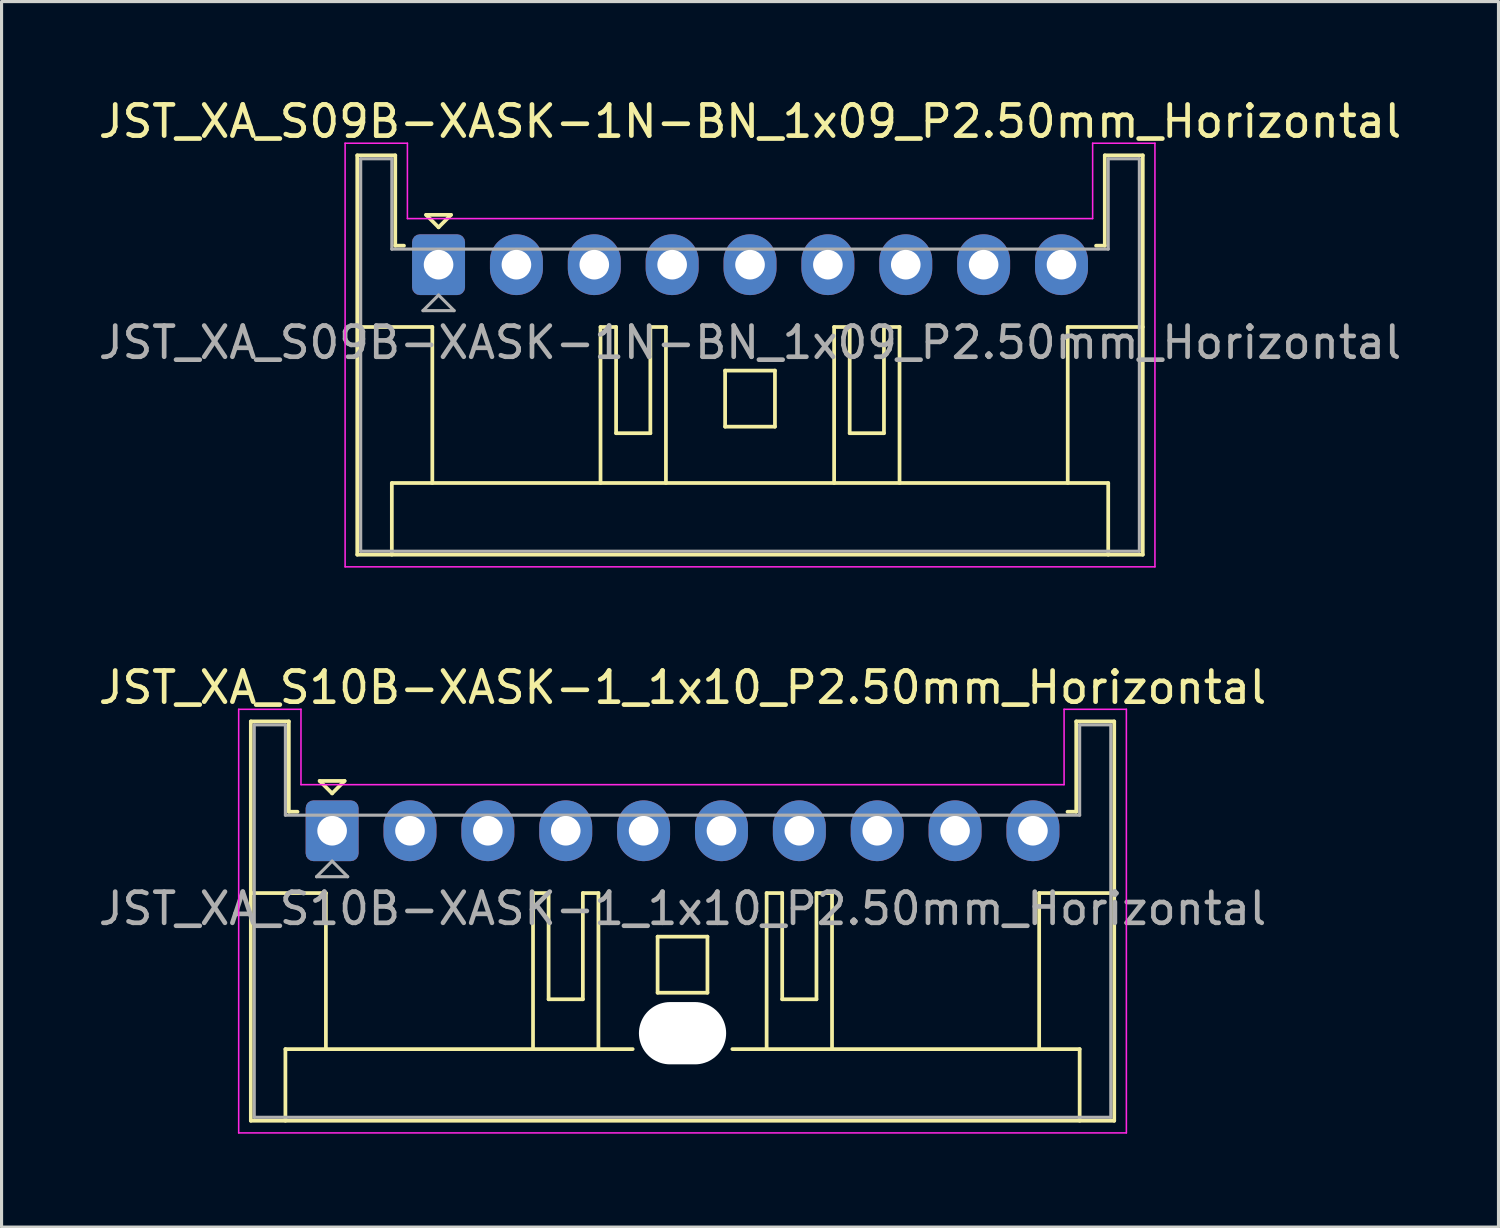
<source format=kicad_pcb>
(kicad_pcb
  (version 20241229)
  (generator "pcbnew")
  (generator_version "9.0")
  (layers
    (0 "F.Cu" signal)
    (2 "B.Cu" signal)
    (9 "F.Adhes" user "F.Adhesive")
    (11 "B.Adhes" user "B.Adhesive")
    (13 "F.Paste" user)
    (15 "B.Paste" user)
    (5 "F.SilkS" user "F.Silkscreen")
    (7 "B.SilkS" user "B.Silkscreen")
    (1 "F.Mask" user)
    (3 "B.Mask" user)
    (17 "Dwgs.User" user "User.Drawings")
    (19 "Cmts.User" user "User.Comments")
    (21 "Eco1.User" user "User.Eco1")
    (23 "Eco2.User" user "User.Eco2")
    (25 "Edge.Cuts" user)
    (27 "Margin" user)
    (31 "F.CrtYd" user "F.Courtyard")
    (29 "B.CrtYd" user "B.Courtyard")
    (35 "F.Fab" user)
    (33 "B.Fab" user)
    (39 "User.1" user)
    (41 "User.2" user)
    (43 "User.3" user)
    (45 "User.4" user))
  (footprint "JST_XA_S09B-XASK-1N-BN_1x09_P2.50mm_Horizontal"
    (layer "F.Cu")
    (at 11.03 5.448)
    (property "Reference" "JST_XA_S09B-XASK-1N-BN_1x09_P2.50mm_Horizontal" (at 10 -4.6 0) (layer "F.SilkS") (effects (font (size 1 1) (thickness 0.15))))
    (attr through_hole)
    (fp_line (start -2.61 -3.51) (end -2.61 9.31) (stroke (width 0.12) (type solid)) (layer "F.SilkS"))
    (fp_line (start -2.61 9.31) (end 22.61 9.31) (stroke (width 0.12) (type solid)) (layer "F.SilkS"))
    (fp_line (start -1.5 7.01) (end 21.5 7.01) (stroke (width 0.12) (type solid)) (layer "F.SilkS"))
    (fp_line (start -1.5 9.31) (end -1.5 7.01) (stroke (width 0.12) (type solid)) (layer "F.SilkS"))
    (fp_line (start -1.39 -3.51) (end -2.61 -3.51) (stroke (width 0.12) (type solid)) (layer "F.SilkS"))
    (fp_line (start -1.39 -0.61) (end -1.39 -3.51) (stroke (width 0.12) (type solid)) (layer "F.SilkS"))
    (fp_line (start -1.11 -0.61) (end -1.39 -0.61) (stroke (width 0.12) (type solid)) (layer "F.SilkS"))
    (fp_line (start -0.4 -1.6) (end 0.4 -1.6) (stroke (width 0.12) (type solid)) (layer "F.SilkS"))
    (fp_line (start -0.2 2) (end -2.61 2) (stroke (width 0.12) (type solid)) (layer "F.SilkS"))
    (fp_line (start -0.2 7.01) (end -0.2 2) (stroke (width 0.12) (type solid)) (layer "F.SilkS"))
    (fp_line (start 0 -1.2) (end -0.4 -1.6) (stroke (width 0.12) (type solid)) (layer "F.SilkS"))
    (fp_line (start 0.4 -1.6) (end 0 -1.2) (stroke (width 0.12) (type solid)) (layer "F.SilkS"))
    (fp_line (start 5.2 2) (end 5.2 7.01) (stroke (width 0.12) (type solid)) (layer "F.SilkS"))
    (fp_line (start 5.7 2) (end 5.2 2) (stroke (width 0.12) (type solid)) (layer "F.SilkS"))
    (fp_line (start 5.7 5.41) (end 5.7 2) (stroke (width 0.12) (type solid)) (layer "F.SilkS"))
    (fp_line (start 6.8 2) (end 6.8 5.41) (stroke (width 0.12) (type solid)) (layer "F.SilkS"))
    (fp_line (start 6.8 5.41) (end 5.7 5.41) (stroke (width 0.12) (type solid)) (layer "F.SilkS"))
    (fp_line (start 7.3 2) (end 6.8 2) (stroke (width 0.12) (type solid)) (layer "F.SilkS"))
    (fp_line (start 7.3 7.01) (end 7.3 2) (stroke (width 0.12) (type solid)) (layer "F.SilkS"))
    (fp_line (start 9.2 3.4) (end 10.8 3.4) (stroke (width 0.12) (type solid)) (layer "F.SilkS"))
    (fp_line (start 9.2 5.2) (end 9.2 3.4) (stroke (width 0.12) (type solid)) (layer "F.SilkS"))
    (fp_line (start 10.8 3.4) (end 10.8 5.2) (stroke (width 0.12) (type solid)) (layer "F.SilkS"))
    (fp_line (start 10.8 5.2) (end 9.2 5.2) (stroke (width 0.12) (type solid)) (layer "F.SilkS"))
    (fp_line (start 12.7 2) (end 13.2 2) (stroke (width 0.12) (type solid)) (layer "F.SilkS"))
    (fp_line (start 12.7 7.01) (end 12.7 2) (stroke (width 0.12) (type solid)) (layer "F.SilkS"))
    (fp_line (start 13.2 2) (end 13.2 5.41) (stroke (width 0.12) (type solid)) (layer "F.SilkS"))
    (fp_line (start 13.2 5.41) (end 14.3 5.41) (stroke (width 0.12) (type solid)) (layer "F.SilkS"))
    (fp_line (start 14.3 2) (end 14.8 2) (stroke (width 0.12) (type solid)) (layer "F.SilkS"))
    (fp_line (start 14.3 5.41) (end 14.3 2) (stroke (width 0.12) (type solid)) (layer "F.SilkS"))
    (fp_line (start 14.8 2) (end 14.8 7.01) (stroke (width 0.12) (type solid)) (layer "F.SilkS"))
    (fp_line (start 20.2 2) (end 22.61 2) (stroke (width 0.12) (type solid)) (layer "F.SilkS"))
    (fp_line (start 20.2 7.01) (end 20.2 2) (stroke (width 0.12) (type solid)) (layer "F.SilkS"))
    (fp_line (start 21.39 -3.51) (end 21.39 -0.61) (stroke (width 0.12) (type solid)) (layer "F.SilkS"))
    (fp_line (start 21.39 -0.61) (end 21.11 -0.61) (stroke (width 0.12) (type solid)) (layer "F.SilkS"))
    (fp_line (start 21.5 7.01) (end 21.5 9.31) (stroke (width 0.12) (type solid)) (layer "F.SilkS"))
    (fp_line (start 22.61 -3.51) (end 21.39 -3.51) (stroke (width 0.12) (type solid)) (layer "F.SilkS"))
    (fp_line (start 22.61 9.31) (end 22.61 -3.51) (stroke (width 0.12) (type solid)) (layer "F.SilkS"))
    (fp_line (start -3 -3.9) (end -1 -3.9) (stroke (width 0.05) (type solid)) (layer "F.CrtYd"))
    (fp_line (start -3 9.7) (end -3 -3.9) (stroke (width 0.05) (type solid)) (layer "F.CrtYd"))
    (fp_line (start -1 -3.9) (end -1 -1.48) (stroke (width 0.05) (type solid)) (layer "F.CrtYd"))
    (fp_line (start -1 -1.48) (end 21 -1.48) (stroke (width 0.05) (type solid)) (layer "F.CrtYd"))
    (fp_line (start 21 -3.9) (end 23 -3.9) (stroke (width 0.05) (type solid)) (layer "F.CrtYd"))
    (fp_line (start 21 -1.48) (end 21 -3.9) (stroke (width 0.05) (type solid)) (layer "F.CrtYd"))
    (fp_line (start 23 -3.9) (end 23 9.7) (stroke (width 0.05) (type solid)) (layer "F.CrtYd"))
    (fp_line (start 23 9.7) (end -3 9.7) (stroke (width 0.05) (type solid)) (layer "F.CrtYd"))
    (fp_line (start -2.5 -3.4) (end -2.5 9.2) (stroke (width 0.1) (type solid)) (layer "F.Fab"))
    (fp_line (start -2.5 9.2) (end 22.5 9.2) (stroke (width 0.1) (type solid)) (layer "F.Fab"))
    (fp_line (start -1.5 -3.4) (end -2.5 -3.4) (stroke (width 0.1) (type solid)) (layer "F.Fab"))
    (fp_line (start -1.5 -0.5) (end -1.5 -3.4) (stroke (width 0.1) (type solid)) (layer "F.Fab"))
    (fp_line (start -0.5 1.475) (end 0.5 1.475) (stroke (width 0.1) (type solid)) (layer "F.Fab"))
    (fp_line (start 0 0.975) (end -0.5 1.475) (stroke (width 0.1) (type solid)) (layer "F.Fab"))
    (fp_line (start 0.5 1.475) (end 0 0.975) (stroke (width 0.1) (type solid)) (layer "F.Fab"))
    (fp_line (start 21.5 -3.4) (end 21.5 -0.5) (stroke (width 0.1) (type solid)) (layer "F.Fab"))
    (fp_line (start 21.5 -0.5) (end -1.5 -0.5) (stroke (width 0.1) (type solid)) (layer "F.Fab"))
    (fp_line (start 22.5 -3.4) (end 21.5 -3.4) (stroke (width 0.1) (type solid)) (layer "F.Fab"))
    (fp_line (start 22.5 9.2) (end 22.5 -3.4) (stroke (width 0.1) (type solid)) (layer "F.Fab"))
    (fp_text user "${REFERENCE}" (at 10 2.5 0) (layer "F.Fab") (effects (font (size 1 1) (thickness 0.15))))
    (pad "1" thru_hole roundrect (at 0 0) (size 1.7 1.95) (drill 0.95) (layers "*.Cu" "*.Mask") (roundrect_rratio 0.147))
    (pad "2" thru_hole oval (at 2.5 0) (size 1.7 1.95) (drill 0.95) (layers "*.Cu" "*.Mask"))
    (pad "3" thru_hole oval (at 5 0) (size 1.7 1.95) (drill 0.95) (layers "*.Cu" "*.Mask"))
    (pad "4" thru_hole oval (at 7.5 0) (size 1.7 1.95) (drill 0.95) (layers "*.Cu" "*.Mask"))
    (pad "5" thru_hole oval (at 10 0) (size 1.7 1.95) (drill 0.95) (layers "*.Cu" "*.Mask"))
    (pad "6" thru_hole oval (at 12.5 0) (size 1.7 1.95) (drill 0.95) (layers "*.Cu" "*.Mask"))
    (pad "7" thru_hole oval (at 15 0) (size 1.7 1.95) (drill 0.95) (layers "*.Cu" "*.Mask"))
    (pad "8" thru_hole oval (at 17.5 0) (size 1.7 1.95) (drill 0.95) (layers "*.Cu" "*.Mask"))
    (pad "9" thru_hole oval (at 20 0) (size 1.7 1.95) (drill 0.95) (layers "*.Cu" "*.Mask")))
  (footprint "JST_XA_S10B-XASK-1_1x10_P2.50mm_Horizontal"
    (layer "F.Cu")
    (at 7.613 23.622)
    (property "Reference" "JST_XA_S10B-XASK-1_1x10_P2.50mm_Horizontal" (at 11.25 -4.6 0) (layer "F.SilkS") (effects (font (size 1 1) (thickness 0.15))))
    (attr through_hole)
    (fp_line (start -2.61 -3.51) (end -2.61 9.31) (stroke (width 0.12) (type solid)) (layer "F.SilkS"))
    (fp_line (start -2.61 9.31) (end 25.11 9.31) (stroke (width 0.12) (type solid)) (layer "F.SilkS"))
    (fp_line (start -1.5 7.01) (end 9.65 7.01) (stroke (width 0.12) (type solid)) (layer "F.SilkS"))
    (fp_line (start -1.5 9.31) (end -1.5 7.01) (stroke (width 0.12) (type solid)) (layer "F.SilkS"))
    (fp_line (start -1.39 -3.51) (end -2.61 -3.51) (stroke (width 0.12) (type solid)) (layer "F.SilkS"))
    (fp_line (start -1.39 -0.61) (end -1.39 -3.51) (stroke (width 0.12) (type solid)) (layer "F.SilkS"))
    (fp_line (start -1.11 -0.61) (end -1.39 -0.61) (stroke (width 0.12) (type solid)) (layer "F.SilkS"))
    (fp_line (start -0.4 -1.6) (end 0.4 -1.6) (stroke (width 0.12) (type solid)) (layer "F.SilkS"))
    (fp_line (start -0.2 2) (end -2.61 2) (stroke (width 0.12) (type solid)) (layer "F.SilkS"))
    (fp_line (start -0.2 7.01) (end -0.2 2) (stroke (width 0.12) (type solid)) (layer "F.SilkS"))
    (fp_line (start 0 -1.2) (end -0.4 -1.6) (stroke (width 0.12) (type solid)) (layer "F.SilkS"))
    (fp_line (start 0.4 -1.6) (end 0 -1.2) (stroke (width 0.12) (type solid)) (layer "F.SilkS"))
    (fp_line (start 6.45 2) (end 6.45 7.01) (stroke (width 0.12) (type solid)) (layer "F.SilkS"))
    (fp_line (start 6.95 2) (end 6.45 2) (stroke (width 0.12) (type solid)) (layer "F.SilkS"))
    (fp_line (start 6.95 5.41) (end 6.95 2) (stroke (width 0.12) (type solid)) (layer "F.SilkS"))
    (fp_line (start 8.05 2) (end 8.05 5.41) (stroke (width 0.12) (type solid)) (layer "F.SilkS"))
    (fp_line (start 8.05 5.41) (end 6.95 5.41) (stroke (width 0.12) (type solid)) (layer "F.SilkS"))
    (fp_line (start 8.55 2) (end 8.05 2) (stroke (width 0.12) (type solid)) (layer "F.SilkS"))
    (fp_line (start 8.55 7.01) (end 8.55 2) (stroke (width 0.12) (type solid)) (layer "F.SilkS"))
    (fp_line (start 10.45 3.4) (end 12.05 3.4) (stroke (width 0.12) (type solid)) (layer "F.SilkS"))
    (fp_line (start 10.45 5.2) (end 10.45 3.4) (stroke (width 0.12) (type solid)) (layer "F.SilkS"))
    (fp_line (start 12.05 3.4) (end 12.05 5.2) (stroke (width 0.12) (type solid)) (layer "F.SilkS"))
    (fp_line (start 12.05 5.2) (end 10.45 5.2) (stroke (width 0.12) (type solid)) (layer "F.SilkS"))
    (fp_line (start 12.85 7.01) (end 24 7.01) (stroke (width 0.12) (type solid)) (layer "F.SilkS"))
    (fp_line (start 13.95 2) (end 14.45 2) (stroke (width 0.12) (type solid)) (layer "F.SilkS"))
    (fp_line (start 13.95 7.01) (end 13.95 2) (stroke (width 0.12) (type solid)) (layer "F.SilkS"))
    (fp_line (start 14.45 2) (end 14.45 5.41) (stroke (width 0.12) (type solid)) (layer "F.SilkS"))
    (fp_line (start 14.45 5.41) (end 15.55 5.41) (stroke (width 0.12) (type solid)) (layer "F.SilkS"))
    (fp_line (start 15.55 2) (end 16.05 2) (stroke (width 0.12) (type solid)) (layer "F.SilkS"))
    (fp_line (start 15.55 5.41) (end 15.55 2) (stroke (width 0.12) (type solid)) (layer "F.SilkS"))
    (fp_line (start 16.05 2) (end 16.05 7.01) (stroke (width 0.12) (type solid)) (layer "F.SilkS"))
    (fp_line (start 22.7 2) (end 25.11 2) (stroke (width 0.12) (type solid)) (layer "F.SilkS"))
    (fp_line (start 22.7 7.01) (end 22.7 2) (stroke (width 0.12) (type solid)) (layer "F.SilkS"))
    (fp_line (start 23.89 -3.51) (end 23.89 -0.61) (stroke (width 0.12) (type solid)) (layer "F.SilkS"))
    (fp_line (start 23.89 -0.61) (end 23.61 -0.61) (stroke (width 0.12) (type solid)) (layer "F.SilkS"))
    (fp_line (start 24 7.01) (end 24 9.31) (stroke (width 0.12) (type solid)) (layer "F.SilkS"))
    (fp_line (start 25.11 -3.51) (end 23.89 -3.51) (stroke (width 0.12) (type solid)) (layer "F.SilkS"))
    (fp_line (start 25.11 9.31) (end 25.11 -3.51) (stroke (width 0.12) (type solid)) (layer "F.SilkS"))
    (fp_line (start -3 -3.9) (end -1 -3.9) (stroke (width 0.05) (type solid)) (layer "F.CrtYd"))
    (fp_line (start -3 9.7) (end -3 -3.9) (stroke (width 0.05) (type solid)) (layer "F.CrtYd"))
    (fp_line (start -1 -3.9) (end -1 -1.48) (stroke (width 0.05) (type solid)) (layer "F.CrtYd"))
    (fp_line (start -1 -1.48) (end 23.5 -1.48) (stroke (width 0.05) (type solid)) (layer "F.CrtYd"))
    (fp_line (start 23.5 -3.9) (end 25.5 -3.9) (stroke (width 0.05) (type solid)) (layer "F.CrtYd"))
    (fp_line (start 23.5 -1.48) (end 23.5 -3.9) (stroke (width 0.05) (type solid)) (layer "F.CrtYd"))
    (fp_line (start 25.5 -3.9) (end 25.5 9.7) (stroke (width 0.05) (type solid)) (layer "F.CrtYd"))
    (fp_line (start 25.5 9.7) (end -3 9.7) (stroke (width 0.05) (type solid)) (layer "F.CrtYd"))
    (fp_line (start -2.5 -3.4) (end -2.5 9.2) (stroke (width 0.1) (type solid)) (layer "F.Fab"))
    (fp_line (start -2.5 9.2) (end 25 9.2) (stroke (width 0.1) (type solid)) (layer "F.Fab"))
    (fp_line (start -1.5 -3.4) (end -2.5 -3.4) (stroke (width 0.1) (type solid)) (layer "F.Fab"))
    (fp_line (start -1.5 -0.5) (end -1.5 -3.4) (stroke (width 0.1) (type solid)) (layer "F.Fab"))
    (fp_line (start -0.5 1.475) (end 0.5 1.475) (stroke (width 0.1) (type solid)) (layer "F.Fab"))
    (fp_line (start 0 0.975) (end -0.5 1.475) (stroke (width 0.1) (type solid)) (layer "F.Fab"))
    (fp_line (start 0.5 1.475) (end 0 0.975) (stroke (width 0.1) (type solid)) (layer "F.Fab"))
    (fp_line (start 24 -3.4) (end 24 -0.5) (stroke (width 0.1) (type solid)) (layer "F.Fab"))
    (fp_line (start 24 -0.5) (end -1.5 -0.5) (stroke (width 0.1) (type solid)) (layer "F.Fab"))
    (fp_line (start 25 -3.4) (end 24 -3.4) (stroke (width 0.1) (type solid)) (layer "F.Fab"))
    (fp_line (start 25 9.2) (end 25 -3.4) (stroke (width 0.1) (type solid)) (layer "F.Fab"))
    (fp_text user "${REFERENCE}" (at 11.25 2.5 0) (layer "F.Fab") (effects (font (size 1 1) (thickness 0.15))))
    (pad "" np_thru_hole oval (at 11.25 6.5) (size 2.8 2) (drill oval 2.8 2) (layers "*.Cu" "*.Mask"))
    (pad "1" thru_hole roundrect (at 0 0) (size 1.7 1.95) (drill 0.95) (layers "*.Cu" "*.Mask") (roundrect_rratio 0.147))
    (pad "2" thru_hole oval (at 2.5 0) (size 1.7 1.95) (drill 0.95) (layers "*.Cu" "*.Mask"))
    (pad "3" thru_hole oval (at 5 0) (size 1.7 1.95) (drill 0.95) (layers "*.Cu" "*.Mask"))
    (pad "4" thru_hole oval (at 7.5 0) (size 1.7 1.95) (drill 0.95) (layers "*.Cu" "*.Mask"))
    (pad "5" thru_hole oval (at 10 0) (size 1.7 1.95) (drill 0.95) (layers "*.Cu" "*.Mask"))
    (pad "6" thru_hole oval (at 12.5 0) (size 1.7 1.95) (drill 0.95) (layers "*.Cu" "*.Mask"))
    (pad "7" thru_hole oval (at 15 0) (size 1.7 1.95) (drill 0.95) (layers "*.Cu" "*.Mask"))
    (pad "8" thru_hole oval (at 17.5 0) (size 1.7 1.95) (drill 0.95) (layers "*.Cu" "*.Mask"))
    (pad "9" thru_hole oval (at 20 0) (size 1.7 1.95) (drill 0.95) (layers "*.Cu" "*.Mask"))
    (pad "10" thru_hole oval (at 22.5 0) (size 1.7 1.95) (drill 0.95) (layers "*.Cu" "*.Mask")))
  (gr_rect
    (start -3 -3)
    (end 45.06 36.346)
    (stroke (width 0.1) (type default))
    (fill no)
    (layer "Edge.Cuts")))
</source>
